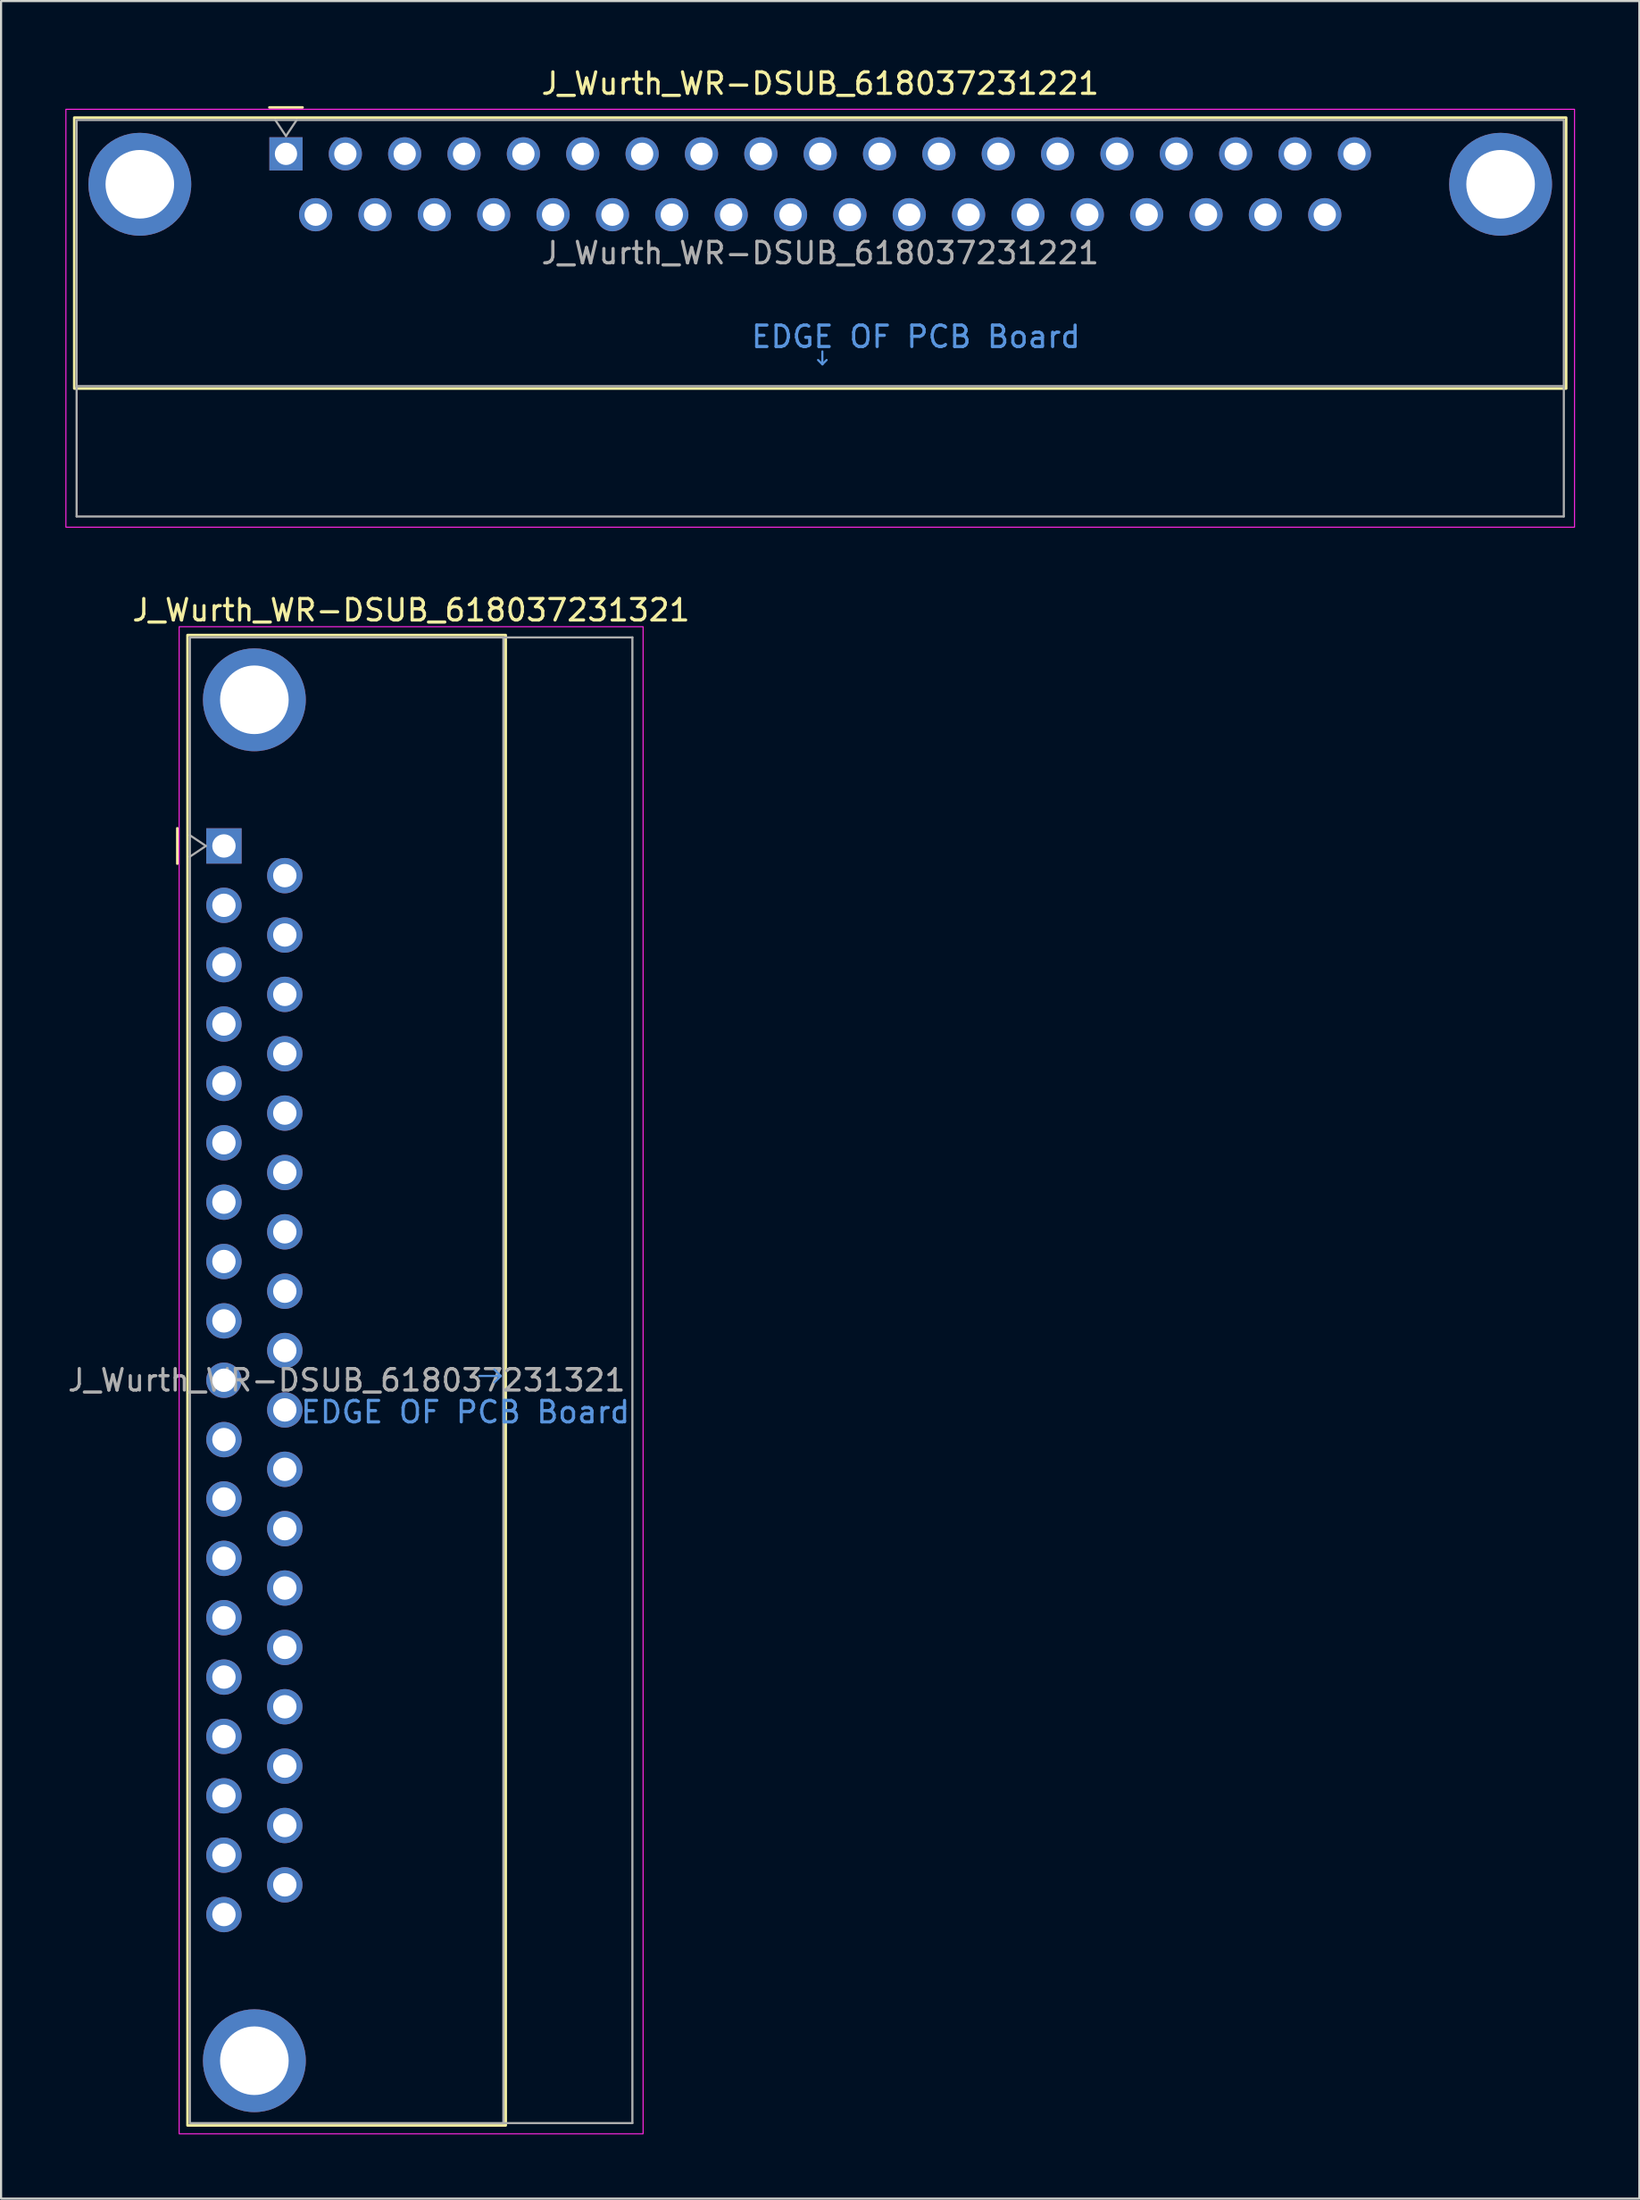
<source format=kicad_pcb>
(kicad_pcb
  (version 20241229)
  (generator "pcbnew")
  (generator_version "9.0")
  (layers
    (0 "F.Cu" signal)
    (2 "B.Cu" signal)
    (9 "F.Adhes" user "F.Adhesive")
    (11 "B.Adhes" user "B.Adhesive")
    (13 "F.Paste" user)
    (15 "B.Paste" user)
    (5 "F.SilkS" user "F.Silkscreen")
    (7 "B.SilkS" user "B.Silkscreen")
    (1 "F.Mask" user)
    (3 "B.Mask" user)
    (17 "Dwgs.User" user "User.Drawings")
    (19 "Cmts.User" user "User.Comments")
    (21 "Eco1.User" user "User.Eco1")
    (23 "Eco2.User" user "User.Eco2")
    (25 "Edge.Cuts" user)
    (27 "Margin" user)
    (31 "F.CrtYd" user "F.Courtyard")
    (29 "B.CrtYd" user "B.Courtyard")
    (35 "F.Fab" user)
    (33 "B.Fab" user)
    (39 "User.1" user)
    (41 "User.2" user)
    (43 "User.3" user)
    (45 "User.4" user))
  (footprint "J_Wurth_WR-DSUB_618037231321"
    (layer "F.Cu")
    (at 7.4 36.422)
    (property "Reference" "J_Wurth_WR-DSUB_618037231321" (at 8.735 -11 0) (unlocked yes) (layer "F.SilkS") (effects (font (size 1 1) (thickness 0.15))))
    (attr through_hole)
    (fp_line (start -2.175 -0.825) (end -2.175 0.825) (stroke (width 0.12) (type solid)) (layer "F.SilkS"))
    (fp_rect (start -1.7 -9.84) (end 13.15 59.7) (stroke (width 0.12) (type solid)) (fill no) (layer "F.SilkS"))
    (fp_line (start 11.92 24.73) (end 12.92 24.73) (stroke (width 0.1) (type solid)) (layer "Cmts.User"))
    (fp_line (start 12.92 24.73) (end 12.62 24.43) (stroke (width 0.1) (type solid)) (layer "Cmts.User"))
    (fp_line (start 12.92 24.73) (end 12.62 25.03) (stroke (width 0.1) (type solid)) (layer "Cmts.User"))
    (fp_rect (start -2.09 -10.23) (end 19.56 60.09) (stroke (width 0.05) (type solid)) (fill no) (layer "F.CrtYd"))
    (fp_line (start -0.84 0) (end -1.59 -0.5) (stroke (width 0.1) (type solid)) (layer "F.Fab"))
    (fp_line (start -0.84 0) (end -1.59 0.5) (stroke (width 0.1) (type solid)) (layer "F.Fab"))
    (fp_line (start 13.04 -9.73) (end 19.06 -9.73) (stroke (width 0.1) (type solid)) (layer "F.Fab"))
    (fp_line (start 19.06 -9.73) (end 19.06 59.59) (stroke (width 0.1) (type solid)) (layer "F.Fab"))
    (fp_line (start 19.06 59.59) (end 13.04 59.59) (stroke (width 0.1) (type solid)) (layer "F.Fab"))
    (fp_rect (start -1.59 -9.73) (end 13.04 59.59) (stroke (width 0.1) (type solid)) (fill no) (layer "F.Fab"))
    (fp_text user "EDGE OF PCB Board" (at 3.5 27 0) (unlocked yes) (layer "Cmts.User") (effects (font (size 1 1) (thickness 0.15)) (justify left bottom)))
    (fp_text user "${REFERENCE}" (at 5.725 24.93 0) (unlocked yes) (layer "F.Fab") (effects (font (size 1 1) (thickness 0.15))))
    (pad "1" thru_hole rect (at 0 0 90) (size 1.65 1.65) (drill 1.09) (layers "*.Cu" "*.Mask"))
    (pad "2" thru_hole circle (at 0 2.77 90) (size 1.65 1.65) (drill 1.09) (layers "*.Cu" "*.Mask"))
    (pad "3" thru_hole circle (at 0 5.54 90) (size 1.65 1.65) (drill 1.09) (layers "*.Cu" "*.Mask"))
    (pad "4" thru_hole circle (at 0 8.31 90) (size 1.65 1.65) (drill 1.09) (layers "*.Cu" "*.Mask"))
    (pad "5" thru_hole circle (at 0 11.08 90) (size 1.65 1.65) (drill 1.09) (layers "*.Cu" "*.Mask"))
    (pad "6" thru_hole circle (at 0 13.85 90) (size 1.65 1.65) (drill 1.09) (layers "*.Cu" "*.Mask"))
    (pad "7" thru_hole circle (at 0 16.62 90) (size 1.65 1.65) (drill 1.09) (layers "*.Cu" "*.Mask"))
    (pad "8" thru_hole circle (at 0 19.39 90) (size 1.65 1.65) (drill 1.09) (layers "*.Cu" "*.Mask"))
    (pad "9" thru_hole circle (at 0 22.16 90) (size 1.65 1.65) (drill 1.09) (layers "*.Cu" "*.Mask"))
    (pad "10" thru_hole circle (at 0 24.93 90) (size 1.65 1.65) (drill 1.09) (layers "*.Cu" "*.Mask"))
    (pad "11" thru_hole circle (at 0 27.7 90) (size 1.65 1.65) (drill 1.09) (layers "*.Cu" "*.Mask"))
    (pad "12" thru_hole circle (at 0 30.47 90) (size 1.65 1.65) (drill 1.09) (layers "*.Cu" "*.Mask"))
    (pad "13" thru_hole circle (at 0 33.24 90) (size 1.65 1.65) (drill 1.09) (layers "*.Cu" "*.Mask"))
    (pad "14" thru_hole circle (at 0 36.01 90) (size 1.65 1.65) (drill 1.09) (layers "*.Cu" "*.Mask"))
    (pad "15" thru_hole circle (at 0 38.78 90) (size 1.65 1.65) (drill 1.09) (layers "*.Cu" "*.Mask"))
    (pad "16" thru_hole circle (at 0 41.55 90) (size 1.65 1.65) (drill 1.09) (layers "*.Cu" "*.Mask"))
    (pad "17" thru_hole circle (at 0 44.32 90) (size 1.65 1.65) (drill 1.09) (layers "*.Cu" "*.Mask"))
    (pad "18" thru_hole circle (at 0 47.09 90) (size 1.65 1.65) (drill 1.09) (layers "*.Cu" "*.Mask"))
    (pad "19" thru_hole circle (at 0 49.86 90) (size 1.65 1.65) (drill 1.09) (layers "*.Cu" "*.Mask"))
    (pad "20" thru_hole circle (at 2.84 1.385 90) (size 1.65 1.65) (drill 1.09) (layers "*.Cu" "*.Mask"))
    (pad "21" thru_hole circle (at 2.84 4.155 90) (size 1.65 1.65) (drill 1.09) (layers "*.Cu" "*.Mask"))
    (pad "22" thru_hole circle (at 2.84 6.925 90) (size 1.65 1.65) (drill 1.09) (layers "*.Cu" "*.Mask"))
    (pad "23" thru_hole circle (at 2.84 9.695 90) (size 1.65 1.65) (drill 1.09) (layers "*.Cu" "*.Mask"))
    (pad "24" thru_hole circle (at 2.84 12.465 90) (size 1.65 1.65) (drill 1.09) (layers "*.Cu" "*.Mask"))
    (pad "25" thru_hole circle (at 2.84 15.235 90) (size 1.65 1.65) (drill 1.09) (layers "*.Cu" "*.Mask"))
    (pad "26" thru_hole circle (at 2.84 18.005 90) (size 1.65 1.65) (drill 1.09) (layers "*.Cu" "*.Mask"))
    (pad "27" thru_hole circle (at 2.84 20.775 90) (size 1.65 1.65) (drill 1.09) (layers "*.Cu" "*.Mask"))
    (pad "28" thru_hole circle (at 2.84 23.545 90) (size 1.65 1.65) (drill 1.09) (layers "*.Cu" "*.Mask"))
    (pad "29" thru_hole circle (at 2.84 26.315 90) (size 1.65 1.65) (drill 1.09) (layers "*.Cu" "*.Mask"))
    (pad "30" thru_hole circle (at 2.84 29.085 90) (size 1.65 1.65) (drill 1.09) (layers "*.Cu" "*.Mask"))
    (pad "31" thru_hole circle (at 2.84 31.855 90) (size 1.65 1.65) (drill 1.09) (layers "*.Cu" "*.Mask"))
    (pad "32" thru_hole circle (at 2.84 34.625 90) (size 1.65 1.65) (drill 1.09) (layers "*.Cu" "*.Mask"))
    (pad "33" thru_hole circle (at 2.84 37.395 90) (size 1.65 1.65) (drill 1.09) (layers "*.Cu" "*.Mask"))
    (pad "34" thru_hole circle (at 2.84 40.165 90) (size 1.65 1.65) (drill 1.09) (layers "*.Cu" "*.Mask"))
    (pad "35" thru_hole circle (at 2.84 42.935 90) (size 1.65 1.65) (drill 1.09) (layers "*.Cu" "*.Mask"))
    (pad "36" thru_hole circle (at 2.84 45.705 90) (size 1.65 1.65) (drill 1.09) (layers "*.Cu" "*.Mask"))
    (pad "37" thru_hole circle (at 2.84 48.475 90) (size 1.65 1.65) (drill 1.09) (layers "*.Cu" "*.Mask"))
    (pad "S1" thru_hole circle (at 1.42 56.68 90) (size 4.8 4.8) (drill 3.2) (layers "*.Cu" "*.Mask"))
    (pad "S2" thru_hole circle (at 1.42 -6.82 90) (size 4.8 4.8) (drill 3.2) (layers "*.Cu" "*.Mask")))
  (footprint "J_Wurth_WR-DSUB_618037231221"
    (layer "F.Cu")
    (at 10.295 4.128)
    (property "Reference" "J_Wurth_WR-DSUB_618037231221" (at 24.93 -3.28 0) (unlocked yes) (layer "F.SilkS") (effects (font (size 1 1) (thickness 0.15))))
    (attr through_hole)
    (fp_line (start 0.775 -2.165) (end -0.775 -2.165) (stroke (width 0.12) (type solid)) (layer "F.SilkS"))
    (fp_rect (start -9.88 -1.69) (end 59.74 10.95) (stroke (width 0.12) (type solid)) (fill no) (layer "F.SilkS"))
    (fp_line (start 25.03 9.22) (end 25.03 9.82) (stroke (width 0.1) (type solid)) (layer "Cmts.User"))
    (fp_line (start 25.03 9.82) (end 24.83 9.62) (stroke (width 0.1) (type solid)) (layer "Cmts.User"))
    (fp_line (start 25.03 9.82) (end 25.23 9.62) (stroke (width 0.1) (type solid)) (layer "Cmts.User"))
    (fp_rect (start -10.27 -2.08) (end 60.13 17.42) (stroke (width 0.05) (type solid)) (fill no) (layer "F.CrtYd"))
    (fp_line (start -9.77 10.84) (end -9.77 16.92) (stroke (width 0.1) (type solid)) (layer "F.Fab"))
    (fp_line (start 0 -0.83) (end -0.5 -1.58) (stroke (width 0.1) (type solid)) (layer "F.Fab"))
    (fp_line (start 0 -0.83) (end 0.5 -1.58) (stroke (width 0.1) (type solid)) (layer "F.Fab"))
    (fp_line (start 59.63 10.84) (end 59.63 16.92) (stroke (width 0.1) (type solid)) (layer "F.Fab"))
    (fp_line (start 59.63 16.92) (end -9.77 16.92) (stroke (width 0.1) (type solid)) (layer "F.Fab"))
    (fp_rect (start -9.77 -1.58) (end 59.63 10.84) (stroke (width 0.1) (type solid)) (fill no) (layer "F.Fab"))
    (fp_text user "EDGE OF PCB Board" (at 21.63 9.12 0) (unlocked yes) (layer "Cmts.User") (effects (font (size 1 1) (thickness 0.15)) (justify left bottom)))
    (fp_text user "${REFERENCE}" (at 24.93 4.63 0) (unlocked yes) (layer "F.Fab") (effects (font (size 1 1) (thickness 0.15))))
    (pad "1" thru_hole rect (at 0 0) (size 1.55 1.55) (drill 1.04) (layers "*.Cu" "*.Mask"))
    (pad "2" thru_hole circle (at 2.77 0) (size 1.55 1.55) (drill 1.04) (layers "*.Cu" "*.Mask"))
    (pad "3" thru_hole circle (at 5.54 0) (size 1.55 1.55) (drill 1.04) (layers "*.Cu" "*.Mask"))
    (pad "4" thru_hole circle (at 8.31 0) (size 1.55 1.55) (drill 1.04) (layers "*.Cu" "*.Mask"))
    (pad "5" thru_hole circle (at 11.08 0) (size 1.55 1.55) (drill 1.04) (layers "*.Cu" "*.Mask"))
    (pad "6" thru_hole circle (at 13.85 0) (size 1.55 1.55) (drill 1.04) (layers "*.Cu" "*.Mask"))
    (pad "7" thru_hole circle (at 16.62 0) (size 1.55 1.55) (drill 1.04) (layers "*.Cu" "*.Mask"))
    (pad "8" thru_hole circle (at 19.39 0) (size 1.55 1.55) (drill 1.04) (layers "*.Cu" "*.Mask"))
    (pad "9" thru_hole circle (at 22.16 0) (size 1.55 1.55) (drill 1.04) (layers "*.Cu" "*.Mask"))
    (pad "10" thru_hole circle (at 24.93 0) (size 1.55 1.55) (drill 1.04) (layers "*.Cu" "*.Mask"))
    (pad "11" thru_hole circle (at 27.7 0) (size 1.55 1.55) (drill 1.04) (layers "*.Cu" "*.Mask"))
    (pad "12" thru_hole circle (at 30.47 0) (size 1.55 1.55) (drill 1.04) (layers "*.Cu" "*.Mask"))
    (pad "13" thru_hole circle (at 33.24 0) (size 1.55 1.55) (drill 1.04) (layers "*.Cu" "*.Mask"))
    (pad "14" thru_hole circle (at 36.01 0) (size 1.55 1.55) (drill 1.04) (layers "*.Cu" "*.Mask"))
    (pad "15" thru_hole circle (at 38.78 0) (size 1.55 1.55) (drill 1.04) (layers "*.Cu" "*.Mask"))
    (pad "16" thru_hole circle (at 41.55 0) (size 1.55 1.55) (drill 1.04) (layers "*.Cu" "*.Mask"))
    (pad "17" thru_hole circle (at 44.32 0) (size 1.55 1.55) (drill 1.04) (layers "*.Cu" "*.Mask"))
    (pad "18" thru_hole circle (at 47.09 0) (size 1.55 1.55) (drill 1.04) (layers "*.Cu" "*.Mask"))
    (pad "19" thru_hole circle (at 49.86 0) (size 1.55 1.55) (drill 1.04) (layers "*.Cu" "*.Mask"))
    (pad "20" thru_hole circle (at 1.385 2.84) (size 1.55 1.55) (drill 1.04) (layers "*.Cu" "*.Mask"))
    (pad "21" thru_hole circle (at 4.155 2.84) (size 1.55 1.55) (drill 1.04) (layers "*.Cu" "*.Mask"))
    (pad "22" thru_hole circle (at 6.925 2.84) (size 1.55 1.55) (drill 1.04) (layers "*.Cu" "*.Mask"))
    (pad "23" thru_hole circle (at 9.695 2.84) (size 1.55 1.55) (drill 1.04) (layers "*.Cu" "*.Mask"))
    (pad "24" thru_hole circle (at 12.465 2.84) (size 1.55 1.55) (drill 1.04) (layers "*.Cu" "*.Mask"))
    (pad "25" thru_hole circle (at 15.235 2.84) (size 1.55 1.55) (drill 1.04) (layers "*.Cu" "*.Mask"))
    (pad "26" thru_hole circle (at 18.005 2.84) (size 1.55 1.55) (drill 1.04) (layers "*.Cu" "*.Mask"))
    (pad "27" thru_hole circle (at 20.775 2.84) (size 1.55 1.55) (drill 1.04) (layers "*.Cu" "*.Mask"))
    (pad "28" thru_hole circle (at 23.545 2.84) (size 1.55 1.55) (drill 1.04) (layers "*.Cu" "*.Mask"))
    (pad "29" thru_hole circle (at 26.315 2.84) (size 1.55 1.55) (drill 1.04) (layers "*.Cu" "*.Mask"))
    (pad "30" thru_hole circle (at 29.085 2.84) (size 1.55 1.55) (drill 1.04) (layers "*.Cu" "*.Mask"))
    (pad "31" thru_hole circle (at 31.855 2.84) (size 1.55 1.55) (drill 1.04) (layers "*.Cu" "*.Mask"))
    (pad "32" thru_hole circle (at 34.625 2.84) (size 1.55 1.55) (drill 1.04) (layers "*.Cu" "*.Mask"))
    (pad "33" thru_hole circle (at 37.395 2.84) (size 1.55 1.55) (drill 1.04) (layers "*.Cu" "*.Mask"))
    (pad "34" thru_hole circle (at 40.165 2.84) (size 1.55 1.55) (drill 1.04) (layers "*.Cu" "*.Mask"))
    (pad "35" thru_hole circle (at 42.935 2.84) (size 1.55 1.55) (drill 1.04) (layers "*.Cu" "*.Mask"))
    (pad "36" thru_hole circle (at 45.705 2.84) (size 1.55 1.55) (drill 1.04) (layers "*.Cu" "*.Mask"))
    (pad "37" thru_hole circle (at 48.475 2.84) (size 1.55 1.55) (drill 1.04) (layers "*.Cu" "*.Mask"))
    (pad "S1" thru_hole circle (at -6.82 1.42) (size 4.8 4.8) (drill 3.2) (layers "*.Cu" "*.Mask"))
    (pad "S2" thru_hole circle (at 56.68 1.42) (size 4.8 4.8) (drill 3.2) (layers "*.Cu" "*.Mask")))
  (gr_rect
    (start -3 -3)
    (end 73.45 99.537)
    (stroke (width 0.1) (type default))
    (fill no)
    (layer "Edge.Cuts")))
</source>
